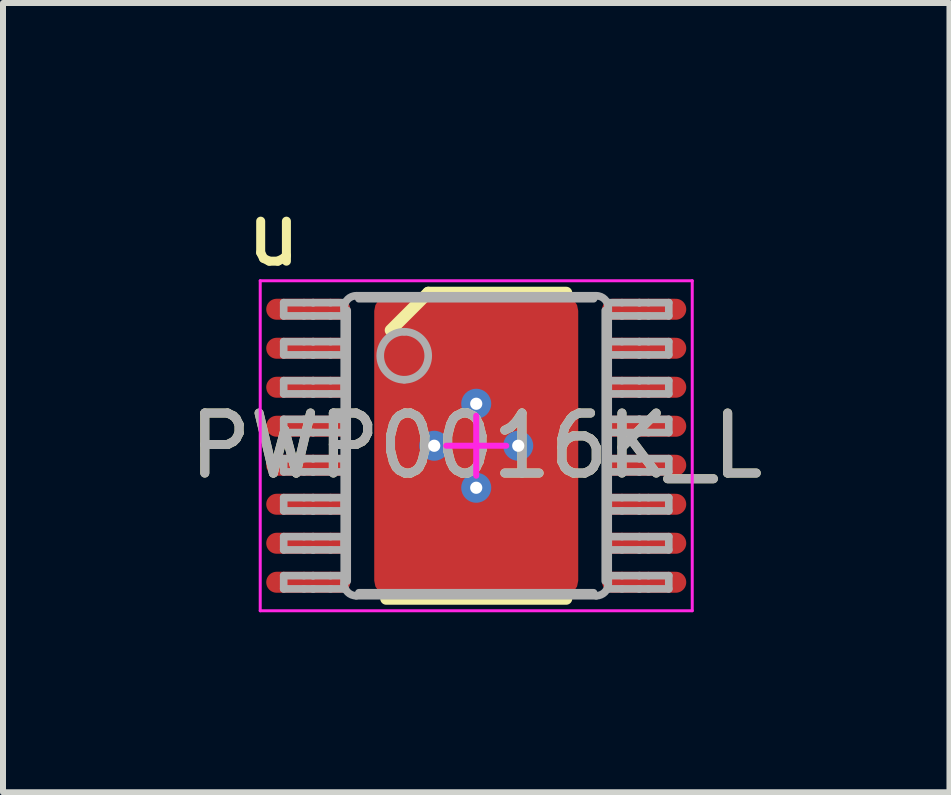
<source format=kicad_pcb>
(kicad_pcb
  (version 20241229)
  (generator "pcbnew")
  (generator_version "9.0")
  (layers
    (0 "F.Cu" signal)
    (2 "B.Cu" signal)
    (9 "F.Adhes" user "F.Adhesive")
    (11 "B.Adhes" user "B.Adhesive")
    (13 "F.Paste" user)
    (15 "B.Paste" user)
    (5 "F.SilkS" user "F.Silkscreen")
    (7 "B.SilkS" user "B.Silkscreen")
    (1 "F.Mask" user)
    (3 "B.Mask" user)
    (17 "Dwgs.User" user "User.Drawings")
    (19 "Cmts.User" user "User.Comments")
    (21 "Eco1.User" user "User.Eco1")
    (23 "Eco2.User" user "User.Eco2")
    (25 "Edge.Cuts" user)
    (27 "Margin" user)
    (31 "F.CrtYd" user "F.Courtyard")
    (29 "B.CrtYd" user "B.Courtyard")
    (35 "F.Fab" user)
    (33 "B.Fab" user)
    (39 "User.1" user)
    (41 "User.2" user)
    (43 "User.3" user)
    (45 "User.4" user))
  (footprint "PWP0016K_L"
    (layer "F.Cu")
    (at 4.887 4.379)
    (property "Reference" "PWP0016K_L" (at 0 0 0) (unlocked yes) (layer "F.SilkS") (effects (font (size 1 1) (thickness 0.15))))
    (attr smd)
    (fp_line (start -1.5 2.55) (end 1.5 2.55) (stroke (width 0.2) (type solid)) (layer "F.SilkS"))
    (fp_line (start -1.425 -1.925) (end -0.8 -2.55) (stroke (width 0.2) (type solid)) (layer "F.SilkS"))
    (fp_line (start -0.8 -2.55) (end 1.5 -2.55) (stroke (width 0.2) (type solid)) (layer "F.SilkS"))
    (fp_line (start -3.6 -2.75) (end 3.6 -2.75) (stroke (width 0.05) (type solid)) (layer "F.CrtYd"))
    (fp_line (start -3.6 2.75) (end -3.6 -2.75) (stroke (width 0.05) (type solid)) (layer "F.CrtYd"))
    (fp_line (start -3.6 2.75) (end 3.6 2.75) (stroke (width 0.05) (type solid)) (layer "F.CrtYd"))
    (fp_line (start -0.5 0.000003) (end 0.5 0.000003) (stroke (width 0.1) (type solid)) (layer "F.CrtYd"))
    (fp_line (start 0 0.5) (end 0 -0.5) (stroke (width 0.1) (type solid)) (layer "F.CrtYd"))
    (fp_line (start 3.6 2.75) (end 3.6 -2.75) (stroke (width 0.05) (type solid)) (layer "F.CrtYd"))
    (fp_line (start -3.209 -2.385) (end -2.871 -2.385) (stroke (width 0.127) (type solid)) (layer "F.Fab"))
    (fp_line (start -3.209 -2.165) (end -3.209 -2.385) (stroke (width 0.127) (type solid)) (layer "F.Fab"))
    (fp_line (start -3.209 -2.165) (end -2.871 -2.165) (stroke (width 0.127) (type solid)) (layer "F.Fab"))
    (fp_line (start -3.209 -1.735) (end -2.871 -1.735) (stroke (width 0.127) (type solid)) (layer "F.Fab"))
    (fp_line (start -3.209 -1.515) (end -3.209 -1.735) (stroke (width 0.127) (type solid)) (layer "F.Fab"))
    (fp_line (start -3.209 -1.515) (end -2.871 -1.515) (stroke (width 0.127) (type solid)) (layer "F.Fab"))
    (fp_line (start -3.209 -1.085) (end -2.871 -1.085) (stroke (width 0.127) (type solid)) (layer "F.Fab"))
    (fp_line (start -3.209 -0.865) (end -3.209 -1.085) (stroke (width 0.127) (type solid)) (layer "F.Fab"))
    (fp_line (start -3.209 -0.865) (end -2.871 -0.865) (stroke (width 0.127) (type solid)) (layer "F.Fab"))
    (fp_line (start -3.209 -0.44) (end -2.871 -0.44) (stroke (width 0.127) (type solid)) (layer "F.Fab"))
    (fp_line (start -3.209 -0.22) (end -3.209 -0.44) (stroke (width 0.127) (type solid)) (layer "F.Fab"))
    (fp_line (start -3.209 -0.22) (end -2.871 -0.22) (stroke (width 0.127) (type solid)) (layer "F.Fab"))
    (fp_line (start -3.209 0.215) (end -2.871 0.215) (stroke (width 0.127) (type solid)) (layer "F.Fab"))
    (fp_line (start -3.209 0.435) (end -3.209 0.215) (stroke (width 0.127) (type solid)) (layer "F.Fab"))
    (fp_line (start -3.209 0.435) (end -2.871 0.435) (stroke (width 0.127) (type solid)) (layer "F.Fab"))
    (fp_line (start -3.209 0.865) (end -2.871 0.865) (stroke (width 0.127) (type solid)) (layer "F.Fab"))
    (fp_line (start -3.209 1.085) (end -3.209 0.865) (stroke (width 0.127) (type solid)) (layer "F.Fab"))
    (fp_line (start -3.209 1.085) (end -2.871 1.085) (stroke (width 0.127) (type solid)) (layer "F.Fab"))
    (fp_line (start -3.209 1.515) (end -2.871 1.515) (stroke (width 0.127) (type solid)) (layer "F.Fab"))
    (fp_line (start -3.209 1.735) (end -3.209 1.515) (stroke (width 0.127) (type solid)) (layer "F.Fab"))
    (fp_line (start -3.209 1.735) (end -2.871 1.735) (stroke (width 0.127) (type solid)) (layer "F.Fab"))
    (fp_line (start -3.209 2.165) (end -2.871 2.165) (stroke (width 0.127) (type solid)) (layer "F.Fab"))
    (fp_line (start -3.209 2.385) (end -3.209 2.165) (stroke (width 0.127) (type solid)) (layer "F.Fab"))
    (fp_line (start -3.209 2.385) (end -2.871 2.385) (stroke (width 0.127) (type solid)) (layer "F.Fab"))
    (fp_line (start -2.871 -2.385) (end -2.723 -2.385) (stroke (width 0.127) (type solid)) (layer "F.Fab"))
    (fp_line (start -2.871 -2.165) (end -2.723 -2.165) (stroke (width 0.127) (type solid)) (layer "F.Fab"))
    (fp_line (start -2.871 -1.735) (end -2.723 -1.735) (stroke (width 0.127) (type solid)) (layer "F.Fab"))
    (fp_line (start -2.871 -1.515) (end -2.723 -1.515) (stroke (width 0.127) (type solid)) (layer "F.Fab"))
    (fp_line (start -2.871 -1.085) (end -2.723 -1.085) (stroke (width 0.127) (type solid)) (layer "F.Fab"))
    (fp_line (start -2.871 -0.865) (end -2.723 -0.865) (stroke (width 0.127) (type solid)) (layer "F.Fab"))
    (fp_line (start -2.871 -0.44) (end -2.723 -0.44) (stroke (width 0.127) (type solid)) (layer "F.Fab"))
    (fp_line (start -2.871 -0.22) (end -2.723 -0.22) (stroke (width 0.127) (type solid)) (layer "F.Fab"))
    (fp_line (start -2.871 0.215) (end -2.723 0.215) (stroke (width 0.127) (type solid)) (layer "F.Fab"))
    (fp_line (start -2.871 0.435) (end -2.723 0.435) (stroke (width 0.127) (type solid)) (layer "F.Fab"))
    (fp_line (start -2.871 0.865) (end -2.723 0.865) (stroke (width 0.127) (type solid)) (layer "F.Fab"))
    (fp_line (start -2.871 1.085) (end -2.723 1.085) (stroke (width 0.127) (type solid)) (layer "F.Fab"))
    (fp_line (start -2.871 1.515) (end -2.723 1.515) (stroke (width 0.127) (type solid)) (layer "F.Fab"))
    (fp_line (start -2.871 1.735) (end -2.723 1.735) (stroke (width 0.127) (type solid)) (layer "F.Fab"))
    (fp_line (start -2.871 2.165) (end -2.723 2.165) (stroke (width 0.127) (type solid)) (layer "F.Fab"))
    (fp_line (start -2.871 2.385) (end -2.723 2.385) (stroke (width 0.127) (type solid)) (layer "F.Fab"))
    (fp_line (start -2.723 -2.385) (end -2.714 -2.385) (stroke (width 0.127) (type solid)) (layer "F.Fab"))
    (fp_line (start -2.723 -2.165) (end -2.714 -2.165) (stroke (width 0.127) (type solid)) (layer "F.Fab"))
    (fp_line (start -2.723 -1.735) (end -2.714 -1.735) (stroke (width 0.127) (type solid)) (layer "F.Fab"))
    (fp_line (start -2.723 -1.515) (end -2.714 -1.515) (stroke (width 0.127) (type solid)) (layer "F.Fab"))
    (fp_line (start -2.723 -1.085) (end -2.714 -1.085) (stroke (width 0.127) (type solid)) (layer "F.Fab"))
    (fp_line (start -2.723 -0.865) (end -2.714 -0.865) (stroke (width 0.127) (type solid)) (layer "F.Fab"))
    (fp_line (start -2.723 -0.44) (end -2.714 -0.44) (stroke (width 0.127) (type solid)) (layer "F.Fab"))
    (fp_line (start -2.723 -0.22) (end -2.714 -0.22) (stroke (width 0.127) (type solid)) (layer "F.Fab"))
    (fp_line (start -2.723 0.215) (end -2.714 0.215) (stroke (width 0.127) (type solid)) (layer "F.Fab"))
    (fp_line (start -2.723 0.435) (end -2.714 0.435) (stroke (width 0.127) (type solid)) (layer "F.Fab"))
    (fp_line (start -2.723 0.865) (end -2.714 0.865) (stroke (width 0.127) (type solid)) (layer "F.Fab"))
    (fp_line (start -2.723 1.085) (end -2.714 1.085) (stroke (width 0.127) (type solid)) (layer "F.Fab"))
    (fp_line (start -2.723 1.515) (end -2.714 1.515) (stroke (width 0.127) (type solid)) (layer "F.Fab"))
    (fp_line (start -2.723 1.735) (end -2.714 1.735) (stroke (width 0.127) (type solid)) (layer "F.Fab"))
    (fp_line (start -2.723 2.165) (end -2.714 2.165) (stroke (width 0.127) (type solid)) (layer "F.Fab"))
    (fp_line (start -2.723 2.385) (end -2.714 2.385) (stroke (width 0.127) (type solid)) (layer "F.Fab"))
    (fp_line (start -2.714 -2.385) (end -2.429 -2.385) (stroke (width 0.127) (type solid)) (layer "F.Fab"))
    (fp_line (start -2.714 -2.165) (end -2.429 -2.165) (stroke (width 0.127) (type solid)) (layer "F.Fab"))
    (fp_line (start -2.714 -1.735) (end -2.429 -1.735) (stroke (width 0.127) (type solid)) (layer "F.Fab"))
    (fp_line (start -2.714 -1.515) (end -2.429 -1.515) (stroke (width 0.127) (type solid)) (layer "F.Fab"))
    (fp_line (start -2.714 -1.085) (end -2.429 -1.085) (stroke (width 0.127) (type solid)) (layer "F.Fab"))
    (fp_line (start -2.714 -0.865) (end -2.429 -0.865) (stroke (width 0.127) (type solid)) (layer "F.Fab"))
    (fp_line (start -2.714 -0.44) (end -2.429 -0.44) (stroke (width 0.127) (type solid)) (layer "F.Fab"))
    (fp_line (start -2.714 -0.22) (end -2.429 -0.22) (stroke (width 0.127) (type solid)) (layer "F.Fab"))
    (fp_line (start -2.714 0.215) (end -2.429 0.215) (stroke (width 0.127) (type solid)) (layer "F.Fab"))
    (fp_line (start -2.714 0.435) (end -2.429 0.435) (stroke (width 0.127) (type solid)) (layer "F.Fab"))
    (fp_line (start -2.714 0.865) (end -2.429 0.865) (stroke (width 0.127) (type solid)) (layer "F.Fab"))
    (fp_line (start -2.714 1.085) (end -2.429 1.085) (stroke (width 0.127) (type solid)) (layer "F.Fab"))
    (fp_line (start -2.714 1.515) (end -2.429 1.515) (stroke (width 0.127) (type solid)) (layer "F.Fab"))
    (fp_line (start -2.714 1.735) (end -2.429 1.735) (stroke (width 0.127) (type solid)) (layer "F.Fab"))
    (fp_line (start -2.714 2.165) (end -2.429 2.165) (stroke (width 0.127) (type solid)) (layer "F.Fab"))
    (fp_line (start -2.714 2.385) (end -2.429 2.385) (stroke (width 0.127) (type solid)) (layer "F.Fab"))
    (fp_line (start -2.429 -2.385) (end -2.2 -2.385) (stroke (width 0.127) (type solid)) (layer "F.Fab"))
    (fp_line (start -2.429 -2.165) (end -2.2 -2.165) (stroke (width 0.127) (type solid)) (layer "F.Fab"))
    (fp_line (start -2.429 -1.735) (end -2.2 -1.735) (stroke (width 0.127) (type solid)) (layer "F.Fab"))
    (fp_line (start -2.429 -1.515) (end -2.2 -1.515) (stroke (width 0.127) (type solid)) (layer "F.Fab"))
    (fp_line (start -2.429 -1.085) (end -2.2 -1.085) (stroke (width 0.127) (type solid)) (layer "F.Fab"))
    (fp_line (start -2.429 -0.865) (end -2.2 -0.865) (stroke (width 0.127) (type solid)) (layer "F.Fab"))
    (fp_line (start -2.429 -0.44) (end -2.2 -0.44) (stroke (width 0.127) (type solid)) (layer "F.Fab"))
    (fp_line (start -2.429 -0.22) (end -2.2 -0.22) (stroke (width 0.127) (type solid)) (layer "F.Fab"))
    (fp_line (start -2.429 0.215) (end -2.2 0.215) (stroke (width 0.127) (type solid)) (layer "F.Fab"))
    (fp_line (start -2.429 0.435) (end -2.2 0.435) (stroke (width 0.127) (type solid)) (layer "F.Fab"))
    (fp_line (start -2.429 0.865) (end -2.2 0.865) (stroke (width 0.127) (type solid)) (layer "F.Fab"))
    (fp_line (start -2.429 1.085) (end -2.2 1.085) (stroke (width 0.127) (type solid)) (layer "F.Fab"))
    (fp_line (start -2.429 1.515) (end -2.2 1.515) (stroke (width 0.127) (type solid)) (layer "F.Fab"))
    (fp_line (start -2.429 1.735) (end -2.2 1.735) (stroke (width 0.127) (type solid)) (layer "F.Fab"))
    (fp_line (start -2.429 2.165) (end -2.2 2.165) (stroke (width 0.127) (type solid)) (layer "F.Fab"))
    (fp_line (start -2.429 2.385) (end -2.2 2.385) (stroke (width 0.127) (type solid)) (layer "F.Fab"))
    (fp_line (start -2.2 -2.165) (end -2.2 -2.385) (stroke (width 0.127) (type solid)) (layer "F.Fab"))
    (fp_line (start -2.2 -1.515) (end -2.2 -1.735) (stroke (width 0.127) (type solid)) (layer "F.Fab"))
    (fp_line (start -2.2 -0.865) (end -2.2 -1.085) (stroke (width 0.127) (type solid)) (layer "F.Fab"))
    (fp_line (start -2.2 -0.22) (end -2.2 -0.44) (stroke (width 0.127) (type solid)) (layer "F.Fab"))
    (fp_line (start -2.2 0.435) (end -2.2 0.215) (stroke (width 0.127) (type solid)) (layer "F.Fab"))
    (fp_line (start -2.2 1.085) (end -2.2 0.865) (stroke (width 0.127) (type solid)) (layer "F.Fab"))
    (fp_line (start -2.2 1.735) (end -2.2 1.515) (stroke (width 0.127) (type solid)) (layer "F.Fab"))
    (fp_line (start -2.2 2.3) (end -2.2 -2.3) (stroke (width 0.127) (type solid)) (layer "F.Fab"))
    (fp_line (start -2.2 2.385) (end -2.2 2.165) (stroke (width 0.127) (type solid)) (layer "F.Fab"))
    (fp_line (start -2.15 2.256) (end -2.15 -2.256) (stroke (width 0.127) (type solid)) (layer "F.Fab"))
    (fp_line (start -2 -2.5) (end 2 -2.5) (stroke (width 0.127) (type solid)) (layer "F.Fab"))
    (fp_line (start -2 2.5) (end 2 2.5) (stroke (width 0.127) (type solid)) (layer "F.Fab"))
    (fp_line (start -1.956 -2.45) (end 1.956 -2.45) (stroke (width 0.127) (type solid)) (layer "F.Fab"))
    (fp_line (start -1.956 2.45) (end 1.956 2.45) (stroke (width 0.127) (type solid)) (layer "F.Fab"))
    (fp_line (start 2.15 2.256) (end 2.15 -2.256) (stroke (width 0.127) (type solid)) (layer "F.Fab"))
    (fp_line (start 2.2 -2.385) (end 2.429 -2.385) (stroke (width 0.127) (type solid)) (layer "F.Fab"))
    (fp_line (start 2.2 -2.165) (end 2.2 -2.385) (stroke (width 0.127) (type solid)) (layer "F.Fab"))
    (fp_line (start 2.2 -2.165) (end 2.429 -2.165) (stroke (width 0.127) (type solid)) (layer "F.Fab"))
    (fp_line (start 2.2 -1.735) (end 2.429 -1.735) (stroke (width 0.127) (type solid)) (layer "F.Fab"))
    (fp_line (start 2.2 -1.515) (end 2.2 -1.735) (stroke (width 0.127) (type solid)) (layer "F.Fab"))
    (fp_line (start 2.2 -1.515) (end 2.429 -1.515) (stroke (width 0.127) (type solid)) (layer "F.Fab"))
    (fp_line (start 2.2 -1.085) (end 2.429 -1.085) (stroke (width 0.127) (type solid)) (layer "F.Fab"))
    (fp_line (start 2.2 -0.865) (end 2.2 -1.085) (stroke (width 0.127) (type solid)) (layer "F.Fab"))
    (fp_line (start 2.2 -0.865) (end 2.429 -0.865) (stroke (width 0.127) (type solid)) (layer "F.Fab"))
    (fp_line (start 2.2 -0.44) (end 2.429 -0.44) (stroke (width 0.127) (type solid)) (layer "F.Fab"))
    (fp_line (start 2.2 -0.22) (end 2.2 -0.44) (stroke (width 0.127) (type solid)) (layer "F.Fab"))
    (fp_line (start 2.2 -0.22) (end 2.429 -0.22) (stroke (width 0.127) (type solid)) (layer "F.Fab"))
    (fp_line (start 2.2 0.215) (end 2.429 0.215) (stroke (width 0.127) (type solid)) (layer "F.Fab"))
    (fp_line (start 2.2 0.435) (end 2.2 0.215) (stroke (width 0.127) (type solid)) (layer "F.Fab"))
    (fp_line (start 2.2 0.435) (end 2.429 0.435) (stroke (width 0.127) (type solid)) (layer "F.Fab"))
    (fp_line (start 2.2 0.865) (end 2.429 0.865) (stroke (width 0.127) (type solid)) (layer "F.Fab"))
    (fp_line (start 2.2 1.085) (end 2.2 0.865) (stroke (width 0.127) (type solid)) (layer "F.Fab"))
    (fp_line (start 2.2 1.085) (end 2.429 1.085) (stroke (width 0.127) (type solid)) (layer "F.Fab"))
    (fp_line (start 2.2 1.515) (end 2.429 1.515) (stroke (width 0.127) (type solid)) (layer "F.Fab"))
    (fp_line (start 2.2 1.735) (end 2.2 1.515) (stroke (width 0.127) (type solid)) (layer "F.Fab"))
    (fp_line (start 2.2 1.735) (end 2.429 1.735) (stroke (width 0.127) (type solid)) (layer "F.Fab"))
    (fp_line (start 2.2 2.165) (end 2.429 2.165) (stroke (width 0.127) (type solid)) (layer "F.Fab"))
    (fp_line (start 2.2 2.3) (end 2.2 -2.3) (stroke (width 0.127) (type solid)) (layer "F.Fab"))
    (fp_line (start 2.2 2.385) (end 2.2 2.165) (stroke (width 0.127) (type solid)) (layer "F.Fab"))
    (fp_line (start 2.2 2.385) (end 2.429 2.385) (stroke (width 0.127) (type solid)) (layer "F.Fab"))
    (fp_line (start 2.429 -2.385) (end 2.714 -2.385) (stroke (width 0.127) (type solid)) (layer "F.Fab"))
    (fp_line (start 2.429 -2.165) (end 2.714 -2.165) (stroke (width 0.127) (type solid)) (layer "F.Fab"))
    (fp_line (start 2.429 -1.735) (end 2.714 -1.735) (stroke (width 0.127) (type solid)) (layer "F.Fab"))
    (fp_line (start 2.429 -1.515) (end 2.714 -1.515) (stroke (width 0.127) (type solid)) (layer "F.Fab"))
    (fp_line (start 2.429 -1.085) (end 2.714 -1.085) (stroke (width 0.127) (type solid)) (layer "F.Fab"))
    (fp_line (start 2.429 -0.865) (end 2.714 -0.865) (stroke (width 0.127) (type solid)) (layer "F.Fab"))
    (fp_line (start 2.429 -0.44) (end 2.714 -0.44) (stroke (width 0.127) (type solid)) (layer "F.Fab"))
    (fp_line (start 2.429 -0.22) (end 2.714 -0.22) (stroke (width 0.127) (type solid)) (layer "F.Fab"))
    (fp_line (start 2.429 0.215) (end 2.714 0.215) (stroke (width 0.127) (type solid)) (layer "F.Fab"))
    (fp_line (start 2.429 0.435) (end 2.714 0.435) (stroke (width 0.127) (type solid)) (layer "F.Fab"))
    (fp_line (start 2.429 0.865) (end 2.714 0.865) (stroke (width 0.127) (type solid)) (layer "F.Fab"))
    (fp_line (start 2.429 1.085) (end 2.714 1.085) (stroke (width 0.127) (type solid)) (layer "F.Fab"))
    (fp_line (start 2.429 1.515) (end 2.714 1.515) (stroke (width 0.127) (type solid)) (layer "F.Fab"))
    (fp_line (start 2.429 1.735) (end 2.714 1.735) (stroke (width 0.127) (type solid)) (layer "F.Fab"))
    (fp_line (start 2.429 2.165) (end 2.714 2.165) (stroke (width 0.127) (type solid)) (layer "F.Fab"))
    (fp_line (start 2.429 2.385) (end 2.714 2.385) (stroke (width 0.127) (type solid)) (layer "F.Fab"))
    (fp_line (start 2.714 -2.385) (end 2.723 -2.385) (stroke (width 0.127) (type solid)) (layer "F.Fab"))
    (fp_line (start 2.714 -2.165) (end 2.723 -2.165) (stroke (width 0.127) (type solid)) (layer "F.Fab"))
    (fp_line (start 2.714 -1.735) (end 2.723 -1.735) (stroke (width 0.127) (type solid)) (layer "F.Fab"))
    (fp_line (start 2.714 -1.515) (end 2.723 -1.515) (stroke (width 0.127) (type solid)) (layer "F.Fab"))
    (fp_line (start 2.714 -1.085) (end 2.723 -1.085) (stroke (width 0.127) (type solid)) (layer "F.Fab"))
    (fp_line (start 2.714 -0.865) (end 2.723 -0.865) (stroke (width 0.127) (type solid)) (layer "F.Fab"))
    (fp_line (start 2.714 -0.44) (end 2.723 -0.44) (stroke (width 0.127) (type solid)) (layer "F.Fab"))
    (fp_line (start 2.714 -0.22) (end 2.723 -0.22) (stroke (width 0.127) (type solid)) (layer "F.Fab"))
    (fp_line (start 2.714 0.215) (end 2.723 0.215) (stroke (width 0.127) (type solid)) (layer "F.Fab"))
    (fp_line (start 2.714 0.435) (end 2.723 0.435) (stroke (width 0.127) (type solid)) (layer "F.Fab"))
    (fp_line (start 2.714 0.865) (end 2.723 0.865) (stroke (width 0.127) (type solid)) (layer "F.Fab"))
    (fp_line (start 2.714 1.085) (end 2.723 1.085) (stroke (width 0.127) (type solid)) (layer "F.Fab"))
    (fp_line (start 2.714 1.515) (end 2.723 1.515) (stroke (width 0.127) (type solid)) (layer "F.Fab"))
    (fp_line (start 2.714 1.735) (end 2.723 1.735) (stroke (width 0.127) (type solid)) (layer "F.Fab"))
    (fp_line (start 2.714 2.165) (end 2.723 2.165) (stroke (width 0.127) (type solid)) (layer "F.Fab"))
    (fp_line (start 2.714 2.385) (end 2.723 2.385) (stroke (width 0.127) (type solid)) (layer "F.Fab"))
    (fp_line (start 2.723 -2.385) (end 2.871 -2.385) (stroke (width 0.127) (type solid)) (layer "F.Fab"))
    (fp_line (start 2.723 -2.165) (end 2.871 -2.165) (stroke (width 0.127) (type solid)) (layer "F.Fab"))
    (fp_line (start 2.723 -1.735) (end 2.871 -1.735) (stroke (width 0.127) (type solid)) (layer "F.Fab"))
    (fp_line (start 2.723 -1.515) (end 2.871 -1.515) (stroke (width 0.127) (type solid)) (layer "F.Fab"))
    (fp_line (start 2.723 -1.085) (end 2.871 -1.085) (stroke (width 0.127) (type solid)) (layer "F.Fab"))
    (fp_line (start 2.723 -0.865) (end 2.871 -0.865) (stroke (width 0.127) (type solid)) (layer "F.Fab"))
    (fp_line (start 2.723 -0.44) (end 2.871 -0.44) (stroke (width 0.127) (type solid)) (layer "F.Fab"))
    (fp_line (start 2.723 -0.22) (end 2.871 -0.22) (stroke (width 0.127) (type solid)) (layer "F.Fab"))
    (fp_line (start 2.723 0.215) (end 2.871 0.215) (stroke (width 0.127) (type solid)) (layer "F.Fab"))
    (fp_line (start 2.723 0.435) (end 2.871 0.435) (stroke (width 0.127) (type solid)) (layer "F.Fab"))
    (fp_line (start 2.723 0.865) (end 2.871 0.865) (stroke (width 0.127) (type solid)) (layer "F.Fab"))
    (fp_line (start 2.723 1.085) (end 2.871 1.085) (stroke (width 0.127) (type solid)) (layer "F.Fab"))
    (fp_line (start 2.723 1.515) (end 2.871 1.515) (stroke (width 0.127) (type solid)) (layer "F.Fab"))
    (fp_line (start 2.723 1.735) (end 2.871 1.735) (stroke (width 0.127) (type solid)) (layer "F.Fab"))
    (fp_line (start 2.723 2.165) (end 2.871 2.165) (stroke (width 0.127) (type solid)) (layer "F.Fab"))
    (fp_line (start 2.723 2.385) (end 2.871 2.385) (stroke (width 0.127) (type solid)) (layer "F.Fab"))
    (fp_line (start 2.871 -2.385) (end 3.209 -2.385) (stroke (width 0.127) (type solid)) (layer "F.Fab"))
    (fp_line (start 2.871 -2.165) (end 3.209 -2.165) (stroke (width 0.127) (type solid)) (layer "F.Fab"))
    (fp_line (start 2.871 -1.735) (end 3.209 -1.735) (stroke (width 0.127) (type solid)) (layer "F.Fab"))
    (fp_line (start 2.871 -1.515) (end 3.209 -1.515) (stroke (width 0.127) (type solid)) (layer "F.Fab"))
    (fp_line (start 2.871 -1.085) (end 3.209 -1.085) (stroke (width 0.127) (type solid)) (layer "F.Fab"))
    (fp_line (start 2.871 -0.865) (end 3.209 -0.865) (stroke (width 0.127) (type solid)) (layer "F.Fab"))
    (fp_line (start 2.871 -0.44) (end 3.209 -0.44) (stroke (width 0.127) (type solid)) (layer "F.Fab"))
    (fp_line (start 2.871 -0.22) (end 3.209 -0.22) (stroke (width 0.127) (type solid)) (layer "F.Fab"))
    (fp_line (start 2.871 0.215) (end 3.209 0.215) (stroke (width 0.127) (type solid)) (layer "F.Fab"))
    (fp_line (start 2.871 0.435) (end 3.209 0.435) (stroke (width 0.127) (type solid)) (layer "F.Fab"))
    (fp_line (start 2.871 0.865) (end 3.209 0.865) (stroke (width 0.127) (type solid)) (layer "F.Fab"))
    (fp_line (start 2.871 1.085) (end 3.209 1.085) (stroke (width 0.127) (type solid)) (layer "F.Fab"))
    (fp_line (start 2.871 1.515) (end 3.209 1.515) (stroke (width 0.127) (type solid)) (layer "F.Fab"))
    (fp_line (start 2.871 1.735) (end 3.209 1.735) (stroke (width 0.127) (type solid)) (layer "F.Fab"))
    (fp_line (start 2.871 2.165) (end 3.209 2.165) (stroke (width 0.127) (type solid)) (layer "F.Fab"))
    (fp_line (start 2.871 2.385) (end 3.209 2.385) (stroke (width 0.127) (type solid)) (layer "F.Fab"))
    (fp_line (start 3.209 -2.165) (end 3.209 -2.385) (stroke (width 0.127) (type solid)) (layer "F.Fab"))
    (fp_line (start 3.209 -1.515) (end 3.209 -1.735) (stroke (width 0.127) (type solid)) (layer "F.Fab"))
    (fp_line (start 3.209 -0.865) (end 3.209 -1.085) (stroke (width 0.127) (type solid)) (layer "F.Fab"))
    (fp_line (start 3.209 -0.22) (end 3.209 -0.44) (stroke (width 0.127) (type solid)) (layer "F.Fab"))
    (fp_line (start 3.209 0.435) (end 3.209 0.215) (stroke (width 0.127) (type solid)) (layer "F.Fab"))
    (fp_line (start 3.209 1.085) (end 3.209 0.865) (stroke (width 0.127) (type solid)) (layer "F.Fab"))
    (fp_line (start 3.209 1.735) (end 3.209 1.515) (stroke (width 0.127) (type solid)) (layer "F.Fab"))
    (fp_line (start 3.209 2.385) (end 3.209 2.165) (stroke (width 0.127) (type solid)) (layer "F.Fab"))
    (fp_arc (start -2.200001 -2.300015) (mid -2.141422 -2.441437) (end -2.000001 -2.500015) (stroke (width 0.127) (type solid)) (layer "F.Fab"))
    (fp_arc (start -2.000001 2.5) (mid -2.141422 2.441422) (end -2.200001 2.3) (stroke (width 0.127) (type solid)) (layer "F.Fab"))
    (fp_arc (start -1.200003 -1.900017) (mid -0.800003 -1.500017) (end -1.200003 -1.100018) (stroke (width 0.127) (type solid)) (layer "F.Fab"))
    (fp_arc (start -1.200003 -1.100018) (mid -1.600002 -1.500017) (end -1.200003 -1.900017) (stroke (width 0.127) (type solid)) (layer "F.Fab"))
    (fp_arc (start 1.999991 -2.500015) (mid 2.141412 -2.441437) (end 2.199991 -2.300016) (stroke (width 0.127) (type solid)) (layer "F.Fab"))
    (fp_arc (start 2.199991 2.3) (mid 2.141412 2.441422) (end 1.999991 2.5) (stroke (width 0.127) (type solid)) (layer "F.Fab"))
    (fp_text user "u" (at -3.378 -3.531 0) (unlocked yes) (layer "F.SilkS") (effects (font (size 1 1) (thickness 0.15))))
    (fp_text user "${REFERENCE}" (at 0 0 0) (unlocked yes) (layer "F.Fab") (effects (font (size 1 1) (thickness 0.15))))
    (pad "1" smd oval (at -2.8 -2.275 90) (size 0.35 1.4) (layers "F.Cu" "F.Mask"))
    (pad "2" smd oval (at -2.8 -1.625 90) (size 0.35 1.4) (layers "F.Cu" "F.Mask"))
    (pad "3" smd oval (at -2.8 -0.975 90) (size 0.35 1.4) (layers "F.Cu" "F.Mask"))
    (pad "4" smd oval (at -2.8 -0.325 90) (size 0.35 1.4) (layers "F.Cu" "F.Mask"))
    (pad "5" smd oval (at -2.8 0.325 90) (size 0.35 1.4) (layers "F.Cu" "F.Mask"))
    (pad "6" smd oval (at -2.8 0.975 90) (size 0.35 1.4) (layers "F.Cu" "F.Mask"))
    (pad "7" smd oval (at -2.8 1.625 90) (size 0.35 1.4) (layers "F.Cu" "F.Mask"))
    (pad "8" smd oval (at -2.8 2.275 90) (size 0.35 1.4) (layers "F.Cu" "F.Mask"))
    (pad "9" smd oval (at 2.8 2.275 90) (size 0.35 1.4) (layers "F.Cu" "F.Mask"))
    (pad "10" smd oval (at 2.8 1.625 90) (size 0.35 1.4) (layers "F.Cu" "F.Mask"))
    (pad "11" smd oval (at 2.8 0.975 90) (size 0.35 1.4) (layers "F.Cu" "F.Mask"))
    (pad "12" smd oval (at 2.8 0.325 90) (size 0.35 1.4) (layers "F.Cu" "F.Mask"))
    (pad "13" smd oval (at 2.8 -0.325 90) (size 0.35 1.4) (layers "F.Cu" "F.Mask"))
    (pad "14" smd oval (at 2.8 -0.975 90) (size 0.35 1.4) (layers "F.Cu" "F.Mask"))
    (pad "15" smd oval (at 2.8 -1.625 90) (size 0.35 1.4) (layers "F.Cu" "F.Mask"))
    (pad "16" smd oval (at 2.8 -2.275 90) (size 0.35 1.4) (layers "F.Cu" "F.Mask"))
    (pad "17" smd roundrect (at 0 0) (size 3.4 5) (layers "F.Cu") (roundrect_rratio 0.074))
    (pad "18" smd roundrect (at 0 0) (size 2.46 2.31) (layers "F.Cu" "F.Mask") (roundrect_rratio 0.043))
    (pad "V" thru_hole circle (at -0.7 0) (size 0.5 0.5) (drill 0.203) (layers "*.Cu" "*.Mask"))
    (pad "V" thru_hole circle (at 0 -0.7) (size 0.5 0.5) (drill 0.203) (layers "*.Cu" "*.Mask"))
    (pad "V" thru_hole circle (at 0 0.7) (size 0.5 0.5) (drill 0.203) (layers "*.Cu" "*.Mask"))
    (pad "V" thru_hole circle (at 0.7 0) (size 0.5 0.5) (drill 0.203) (layers "*.Cu" "*.Mask")))
  (gr_rect
    (start -3 -3)
    (end 12.774 10.154)
    (stroke (width 0.1) (type default))
    (fill no)
    (layer "Edge.Cuts")))
</source>
